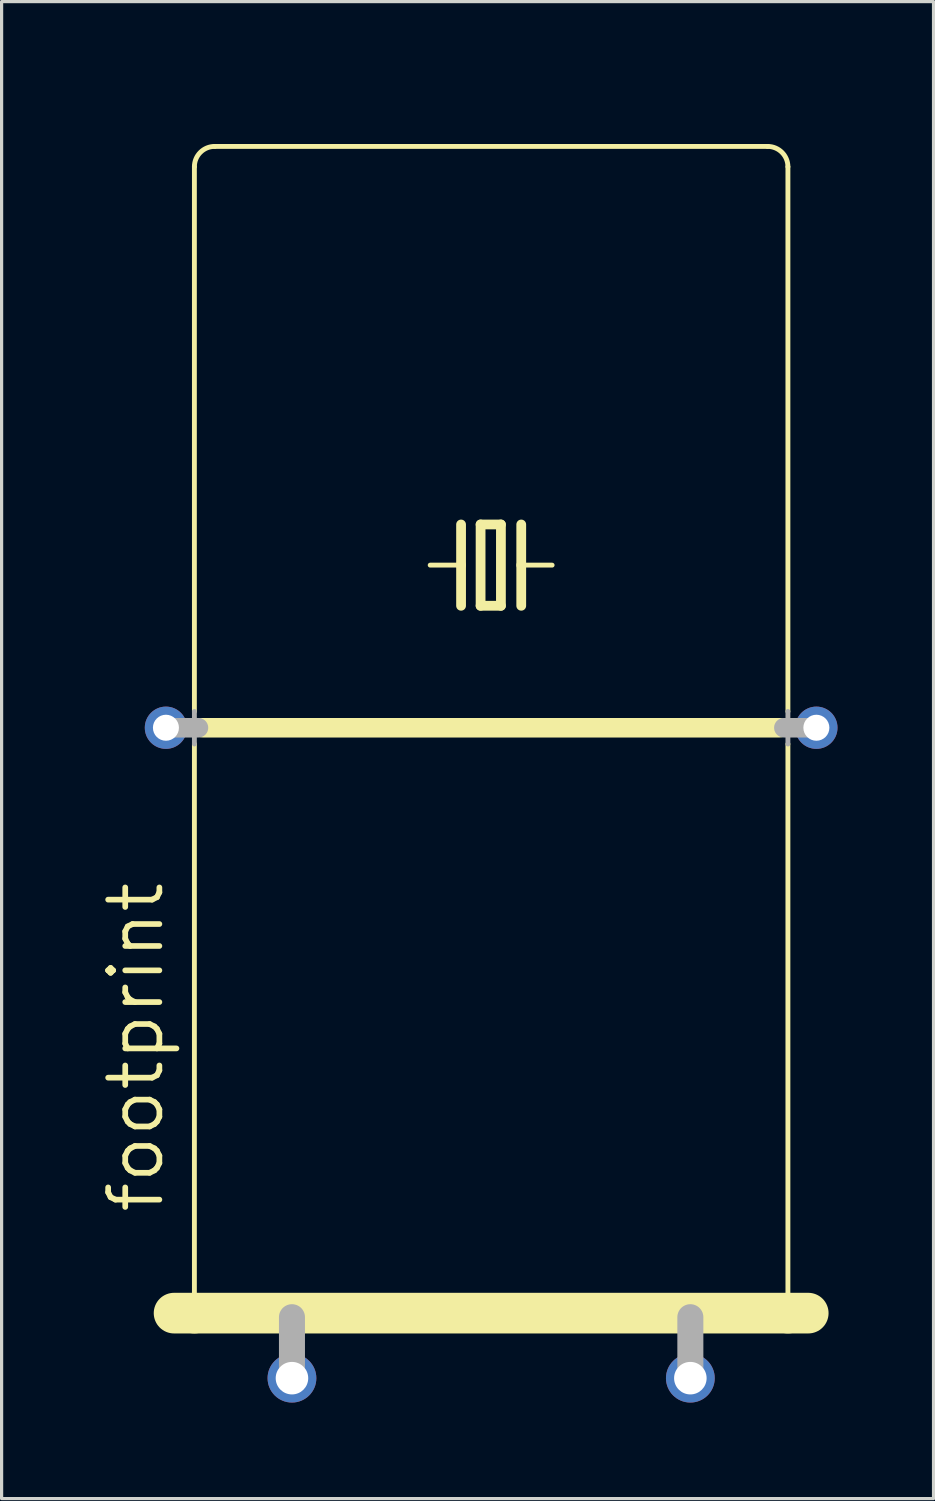
<source format=kicad_pcb>
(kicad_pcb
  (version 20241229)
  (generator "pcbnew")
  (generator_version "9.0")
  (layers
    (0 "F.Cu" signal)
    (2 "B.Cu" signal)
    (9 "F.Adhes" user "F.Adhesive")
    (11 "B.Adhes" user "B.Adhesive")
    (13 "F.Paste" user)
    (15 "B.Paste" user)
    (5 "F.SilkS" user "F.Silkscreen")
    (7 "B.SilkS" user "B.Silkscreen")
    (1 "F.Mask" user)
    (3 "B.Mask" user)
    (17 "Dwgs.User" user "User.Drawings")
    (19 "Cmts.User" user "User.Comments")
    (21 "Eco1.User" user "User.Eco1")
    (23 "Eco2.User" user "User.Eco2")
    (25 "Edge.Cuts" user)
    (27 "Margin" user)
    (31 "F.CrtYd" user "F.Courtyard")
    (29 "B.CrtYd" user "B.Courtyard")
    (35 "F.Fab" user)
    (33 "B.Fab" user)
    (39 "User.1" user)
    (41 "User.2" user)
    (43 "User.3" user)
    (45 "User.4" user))
  (footprint "footprint"
    (layer "F.Cu")
    (at 12.294 34.925)
    (property "Reference" "footprint" (at -10.16 0 90) (layer "F.SilkS") (effects (font (size 1.6 1.6) (thickness 0.178)) (justify left bottom)))
    (fp_line (start -9.906 3.048) (end -9.271 3.048) (stroke (width 1.27) (type solid)) (layer "F.SilkS"))
    (fp_line (start -9.271 -15.748) (end -9.271 -32.766) (stroke (width 0.152) (type solid)) (layer "F.SilkS"))
    (fp_line (start -9.271 -14.732) (end -9.271 3.048) (stroke (width 0.152) (type solid)) (layer "F.SilkS"))
    (fp_line (start -9.271 3.048) (end 9.271 3.048) (stroke (width 1.27) (type solid)) (layer "F.SilkS"))
    (fp_line (start -9.017 -15.24) (end 9.017 -15.24) (stroke (width 0.61) (type solid)) (layer "F.SilkS"))
    (fp_line (start -0.94 -21.59) (end -0.94 -20.32) (stroke (width 0.305) (type solid)) (layer "F.SilkS"))
    (fp_line (start -0.94 -20.32) (end -1.905 -20.32) (stroke (width 0.152) (type solid)) (layer "F.SilkS"))
    (fp_line (start -0.94 -20.32) (end -0.94 -19.05) (stroke (width 0.305) (type solid)) (layer "F.SilkS"))
    (fp_line (start -0.33 -21.59) (end -0.33 -19.05) (stroke (width 0.305) (type solid)) (layer "F.SilkS"))
    (fp_line (start -0.33 -19.05) (end 0.305 -19.05) (stroke (width 0.305) (type solid)) (layer "F.SilkS"))
    (fp_line (start 0.305 -21.59) (end -0.33 -21.59) (stroke (width 0.305) (type solid)) (layer "F.SilkS"))
    (fp_line (start 0.305 -19.05) (end 0.305 -21.59) (stroke (width 0.305) (type solid)) (layer "F.SilkS"))
    (fp_line (start 0.94 -21.59) (end 0.94 -20.32) (stroke (width 0.305) (type solid)) (layer "F.SilkS"))
    (fp_line (start 0.94 -20.32) (end 0.94 -19.05) (stroke (width 0.305) (type solid)) (layer "F.SilkS"))
    (fp_line (start 0.94 -20.32) (end 1.905 -20.32) (stroke (width 0.152) (type solid)) (layer "F.SilkS"))
    (fp_line (start 8.636 -33.401) (end -8.636 -33.401) (stroke (width 0.152) (type solid)) (layer "F.SilkS"))
    (fp_line (start 9.271 -15.748) (end 9.271 -32.766) (stroke (width 0.152) (type solid)) (layer "F.SilkS"))
    (fp_line (start 9.271 -14.732) (end 9.271 3.048) (stroke (width 0.152) (type solid)) (layer "F.SilkS"))
    (fp_line (start 9.271 3.048) (end 9.906 3.048) (stroke (width 1.27) (type solid)) (layer "F.SilkS"))
    (fp_arc (start -9.271 -32.766) (mid -9.085013 -33.215013) (end -8.636 -33.401) (stroke (width 0.1524) (type solid)) (layer "F.SilkS"))
    (fp_arc (start 8.636 -33.401) (mid 9.085013 -33.215013) (end 9.271 -32.766) (stroke (width 0.1524) (type solid)) (layer "F.SilkS"))
    (fp_line (start -10.16 -15.24) (end -9.144 -15.24) (stroke (width 0.61) (type solid)) (layer "F.Fab"))
    (fp_line (start -9.271 -15.748) (end -9.271 -14.732) (stroke (width 0.152) (type solid)) (layer "F.Fab"))
    (fp_line (start -6.223 3.175) (end -6.223 5.08) (stroke (width 0.813) (type solid)) (layer "F.Fab"))
    (fp_line (start 6.223 3.175) (end 6.223 5.08) (stroke (width 0.813) (type solid)) (layer "F.Fab"))
    (fp_line (start 9.144 -15.24) (end 10.16 -15.24) (stroke (width 0.61) (type solid)) (layer "F.Fab"))
    (fp_line (start 9.271 -15.748) (end 9.271 -14.732) (stroke (width 0.152) (type solid)) (layer "F.Fab"))
    (pad "1" thru_hole circle (at -6.223 5.08) (size 1.524 1.524) (drill 1.016) (layers "*.Cu" "*.Mask"))
    (pad "2" thru_hole circle (at 6.223 5.08) (size 1.524 1.524) (drill 1.016) (layers "*.Cu" "*.Mask"))
    (pad "M" thru_hole circle (at -10.16 -15.24) (size 1.321 1.321) (drill 0.813) (layers "*.Cu" "*.Mask"))
    (pad "M1" thru_hole circle (at 10.16 -15.24) (size 1.321 1.321) (drill 0.813) (layers "*.Cu" "*.Mask"))
    (zone (net_name "") (layers "F.Cu" "B.Cu") (hatch edge 0.508) (connect_pads) (min_thickness 0.254) (filled_areas_thickness no) (keepout (tracks allowed) (vias not_allowed) (pads allowed) (copperpour allowed) (footprints allowed)) (placement (enabled no)) (fill) (polygon (pts (xy 1.499 40.005) (xy 23.089 40.005) (xy 23.089 0) (xy 1.499 0)))))
  (gr_rect
    (start -3 -3)
    (end 26.114 43.767)
    (stroke (width 0.1) (type default))
    (fill no)
    (layer "Edge.Cuts")))
</source>
